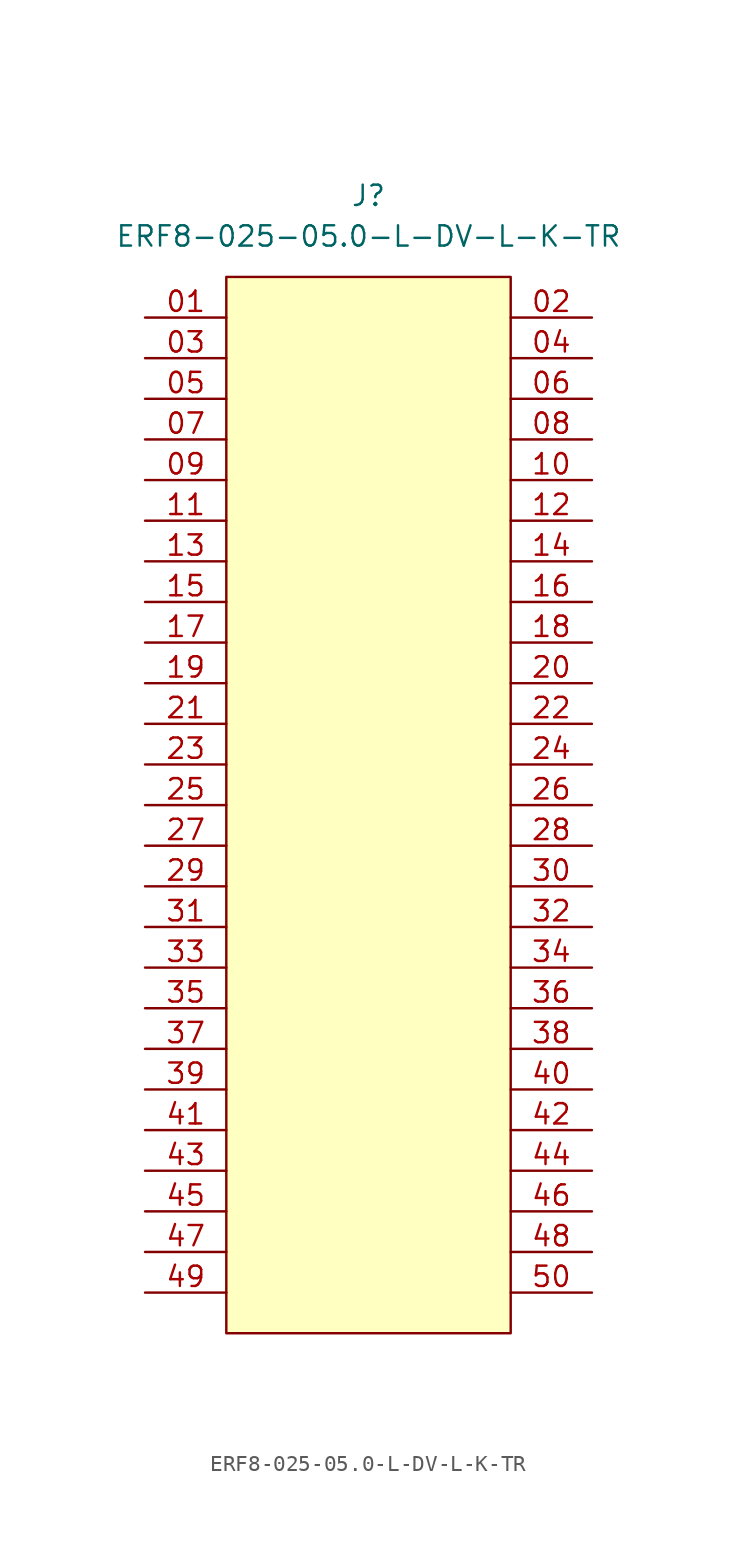
<source format=kicad_sym>
(kicad_symbol_lib
  (version 20241209)
  (generator "kicad_symbol_editor")
  (generator_version "9.0")
  (symbol "ERF8-025-05.0-L-DV-L-K-TR"
    (property "Reference" "J"
      (at 0 38.1 0)
      (effects (font (size 1.27 1.27))))
    (property "Value" "ERF8-025-05.0-L-DV-L-K-TR"
      (at 0 35.56 0)
      (effects (font (size 1.27 1.27))))
    (symbol "ERF8-025-05.0-L-DV-L-K-TR_1_1"
      (rectangle (start -8.89 33.02) (end 8.89 -33.02) (stroke (width 0) (type solid)) (fill (type color) (color 255 255 194 1)))
      (pin passive line (at -13.97 30.48 0) (length 5.08) (name "" (effects (font (size 1.27 1.27)))) (number "01" (effects (font (size 1.27 1.27)))))
      (pin passive line (at -13.97 27.94 0) (length 5.08) (name "" (effects (font (size 1.27 1.27)))) (number "03" (effects (font (size 1.27 1.27)))))
      (pin passive line (at -13.97 25.4 0) (length 5.08) (name "" (effects (font (size 1.27 1.27)))) (number "05" (effects (font (size 1.27 1.27)))))
      (pin passive line (at -13.97 22.86 0) (length 5.08) (name "" (effects (font (size 1.27 1.27)))) (number "07" (effects (font (size 1.27 1.27)))))
      (pin passive line (at -13.97 20.32 0) (length 5.08) (name "" (effects (font (size 1.27 1.27)))) (number "09" (effects (font (size 1.27 1.27)))))
      (pin passive line (at -13.97 17.78 0) (length 5.08) (name "" (effects (font (size 1.27 1.27)))) (number "11" (effects (font (size 1.27 1.27)))))
      (pin passive line (at -13.97 15.24 0) (length 5.08) (name "" (effects (font (size 1.27 1.27)))) (number "13" (effects (font (size 1.27 1.27)))))
      (pin passive line (at -13.97 12.7 0) (length 5.08) (name "" (effects (font (size 1.27 1.27)))) (number "15" (effects (font (size 1.27 1.27)))))
      (pin passive line (at -13.97 10.16 0) (length 5.08) (name "" (effects (font (size 1.27 1.27)))) (number "17" (effects (font (size 1.27 1.27)))))
      (pin passive line (at -13.97 7.62 0) (length 5.08) (name "" (effects (font (size 1.27 1.27)))) (number "19" (effects (font (size 1.27 1.27)))))
      (pin passive line (at -13.97 5.08 0) (length 5.08) (name "" (effects (font (size 1.27 1.27)))) (number "21" (effects (font (size 1.27 1.27)))))
      (pin passive line (at -13.97 2.54 0) (length 5.08) (name "" (effects (font (size 1.27 1.27)))) (number "23" (effects (font (size 1.27 1.27)))))
      (pin passive line (at -13.97 0 0) (length 5.08) (name "" (effects (font (size 1.27 1.27)))) (number "25" (effects (font (size 1.27 1.27)))))
      (pin passive line (at -13.97 -2.54 0) (length 5.08) (name "" (effects (font (size 1.27 1.27)))) (number "27" (effects (font (size 1.27 1.27)))))
      (pin passive line (at -13.97 -5.08 0) (length 5.08) (name "" (effects (font (size 1.27 1.27)))) (number "29" (effects (font (size 1.27 1.27)))))
      (pin passive line (at -13.97 -7.62 0) (length 5.08) (name "" (effects (font (size 1.27 1.27)))) (number "31" (effects (font (size 1.27 1.27)))))
      (pin passive line (at -13.97 -10.16 0) (length 5.08) (name "" (effects (font (size 1.27 1.27)))) (number "33" (effects (font (size 1.27 1.27)))))
      (pin passive line (at -13.97 -12.7 0) (length 5.08) (name "" (effects (font (size 1.27 1.27)))) (number "35" (effects (font (size 1.27 1.27)))))
      (pin passive line (at -13.97 -15.24 0) (length 5.08) (name "" (effects (font (size 1.27 1.27)))) (number "37" (effects (font (size 1.27 1.27)))))
      (pin passive line (at -13.97 -17.78 0) (length 5.08) (name "" (effects (font (size 1.27 1.27)))) (number "39" (effects (font (size 1.27 1.27)))))
      (pin passive line (at -13.97 -20.32 0) (length 5.08) (name "" (effects (font (size 1.27 1.27)))) (number "41" (effects (font (size 1.27 1.27)))))
      (pin passive line (at -13.97 -22.86 0) (length 5.08) (name "" (effects (font (size 1.27 1.27)))) (number "43" (effects (font (size 1.27 1.27)))))
      (pin passive line (at -13.97 -25.4 0) (length 5.08) (name "" (effects (font (size 1.27 1.27)))) (number "45" (effects (font (size 1.27 1.27)))))
      (pin passive line (at -13.97 -27.94 0) (length 5.08) (name "" (effects (font (size 1.27 1.27)))) (number "47" (effects (font (size 1.27 1.27)))))
      (pin passive line (at -13.97 -30.48 0) (length 5.08) (name "" (effects (font (size 1.27 1.27)))) (number "49" (effects (font (size 1.27 1.27)))))
      (pin passive line (at 13.97 30.48 180) (length 5.08) (name "" (effects (font (size 1.27 1.27)))) (number "02" (effects (font (size 1.27 1.27)))))
      (pin passive line (at 13.97 27.94 180) (length 5.08) (name "" (effects (font (size 1.27 1.27)))) (number "04" (effects (font (size 1.27 1.27)))))
      (pin passive line (at 13.97 25.4 180) (length 5.08) (name "" (effects (font (size 1.27 1.27)))) (number "06" (effects (font (size 1.27 1.27)))))
      (pin passive line (at 13.97 22.86 180) (length 5.08) (name "" (effects (font (size 1.27 1.27)))) (number "08" (effects (font (size 1.27 1.27)))))
      (pin passive line (at 13.97 20.32 180) (length 5.08) (name "" (effects (font (size 1.27 1.27)))) (number "10" (effects (font (size 1.27 1.27)))))
      (pin passive line (at 13.97 17.78 180) (length 5.08) (name "" (effects (font (size 1.27 1.27)))) (number "12" (effects (font (size 1.27 1.27)))))
      (pin passive line (at 13.97 15.24 180) (length 5.08) (name "" (effects (font (size 1.27 1.27)))) (number "14" (effects (font (size 1.27 1.27)))))
      (pin passive line (at 13.97 12.7 180) (length 5.08) (name "" (effects (font (size 1.27 1.27)))) (number "16" (effects (font (size 1.27 1.27)))))
      (pin passive line (at 13.97 10.16 180) (length 5.08) (name "" (effects (font (size 1.27 1.27)))) (number "18" (effects (font (size 1.27 1.27)))))
      (pin passive line (at 13.97 7.62 180) (length 5.08) (name "" (effects (font (size 1.27 1.27)))) (number "20" (effects (font (size 1.27 1.27)))))
      (pin passive line (at 13.97 5.08 180) (length 5.08) (name "" (effects (font (size 1.27 1.27)))) (number "22" (effects (font (size 1.27 1.27)))))
      (pin passive line (at 13.97 2.54 180) (length 5.08) (name "" (effects (font (size 1.27 1.27)))) (number "24" (effects (font (size 1.27 1.27)))))
      (pin passive line (at 13.97 0 180) (length 5.08) (name "" (effects (font (size 1.27 1.27)))) (number "26" (effects (font (size 1.27 1.27)))))
      (pin passive line (at 13.97 -2.54 180) (length 5.08) (name "" (effects (font (size 1.27 1.27)))) (number "28" (effects (font (size 1.27 1.27)))))
      (pin passive line (at 13.97 -5.08 180) (length 5.08) (name "" (effects (font (size 1.27 1.27)))) (number "30" (effects (font (size 1.27 1.27)))))
      (pin passive line (at 13.97 -7.62 180) (length 5.08) (name "" (effects (font (size 1.27 1.27)))) (number "32" (effects (font (size 1.27 1.27)))))
      (pin passive line (at 13.97 -10.16 180) (length 5.08) (name "" (effects (font (size 1.27 1.27)))) (number "34" (effects (font (size 1.27 1.27)))))
      (pin passive line (at 13.97 -12.7 180) (length 5.08) (name "" (effects (font (size 1.27 1.27)))) (number "36" (effects (font (size 1.27 1.27)))))
      (pin passive line (at 13.97 -15.24 180) (length 5.08) (name "" (effects (font (size 1.27 1.27)))) (number "38" (effects (font (size 1.27 1.27)))))
      (pin passive line (at 13.97 -17.78 180) (length 5.08) (name "" (effects (font (size 1.27 1.27)))) (number "40" (effects (font (size 1.27 1.27)))))
      (pin passive line (at 13.97 -20.32 180) (length 5.08) (name "" (effects (font (size 1.27 1.27)))) (number "42" (effects (font (size 1.27 1.27)))))
      (pin passive line (at 13.97 -22.86 180) (length 5.08) (name "" (effects (font (size 1.27 1.27)))) (number "44" (effects (font (size 1.27 1.27)))))
      (pin passive line (at 13.97 -25.4 180) (length 5.08) (name "" (effects (font (size 1.27 1.27)))) (number "46" (effects (font (size 1.27 1.27)))))
      (pin passive line (at 13.97 -27.94 180) (length 5.08) (name "" (effects (font (size 1.27 1.27)))) (number "48" (effects (font (size 1.27 1.27)))))
      (pin passive line (at 13.97 -30.48 180) (length 5.08) (name "" (effects (font (size 1.27 1.27)))) (number "50" (effects (font (size 1.27 1.27))))))))
</source>
